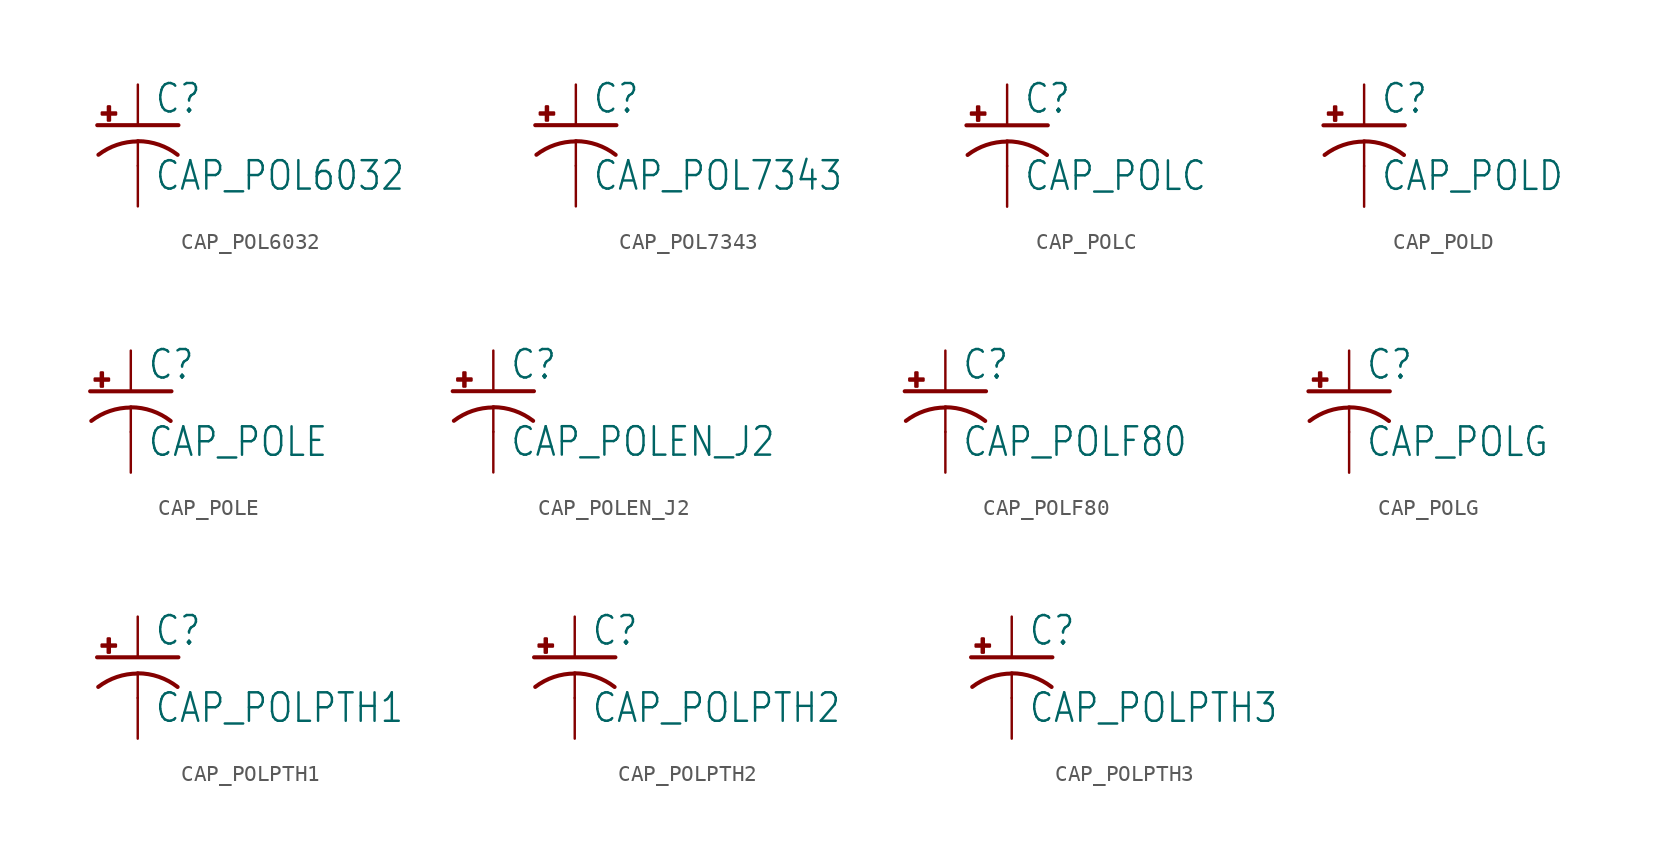
<source format=kicad_sym>
(kicad_symbol_lib
  (version 20211014)
  (generator kicad_symbol_editor)
  (symbol "CAP_POL6032"
    (property "Reference" "C"
      (at 1.016 0.635 0)
      (effects (font (size 1.778 1.511)) (justify left bottom)))
    (property "Value" "CAP_POL6032"
      (at 1.016 -4.191 0)
      (effects (font (size 1.778 1.511)) (justify left bottom)))
    (property "ki_locked" ""
      (at 0 0 0)
      (effects (font (size 1.27 1.27))))
    (symbol "CAP_POL6032_1_0"
      (rectangle (start -2.253 0.668) (end -1.364 0.795) (stroke (width 0) (type default) (color 0 0 0 0)) (fill (type outline)))
      (rectangle (start -1.872 0.287) (end -1.745 1.176) (stroke (width 0) (type default) (color 0 0 0 0)) (fill (type outline)))
      (arc (start 0 -1.0161) (mid -1.3021 -1.2303) (end -2.4669 -1.8504) (stroke (width 0.254) (type default) (color 0 0 0 0)) (fill (type none)))
      (polyline (pts (xy -2.54 0) (xy 2.54 0)) (stroke (width 0.254) (type default) (color 0 0 0 0)) (fill (type none)))
      (polyline (pts (xy 0 -1.016) (xy 0 -2.54)) (stroke (width 0.152) (type default) (color 0 0 0 0)) (fill (type none)))
      (arc (start 2.4892 -1.8542) (mid 1.3158 -1.2195) (end 0 -1) (stroke (width 0.254) (type default) (color 0 0 0 0)) (fill (type none)))
      (pin passive line (at 0 2.54 270) (length 2.54) (name "+" (effects (font (size 0 0)))) (number "P$1" (effects (font (size 0 0)))))
      (pin passive line (at 0 -5.08 90) (length 2.54) (name "-" (effects (font (size 0 0)))) (number "P$2" (effects (font (size 0 0)))))))
  (symbol "CAP_POL7343"
    (property "Reference" "C"
      (at 1.016 0.635 0)
      (effects (font (size 1.778 1.511)) (justify left bottom)))
    (property "Value" "CAP_POL7343"
      (at 1.016 -4.191 0)
      (effects (font (size 1.778 1.511)) (justify left bottom)))
    (property "ki_locked" ""
      (at 0 0 0)
      (effects (font (size 1.27 1.27))))
    (symbol "CAP_POL7343_1_0"
      (rectangle (start -2.253 0.668) (end -1.364 0.795) (stroke (width 0) (type default) (color 0 0 0 0)) (fill (type outline)))
      (rectangle (start -1.872 0.287) (end -1.745 1.176) (stroke (width 0) (type default) (color 0 0 0 0)) (fill (type outline)))
      (arc (start 0 -1.0161) (mid -1.3021 -1.2303) (end -2.4669 -1.8504) (stroke (width 0.254) (type default) (color 0 0 0 0)) (fill (type none)))
      (polyline (pts (xy -2.54 0) (xy 2.54 0)) (stroke (width 0.254) (type default) (color 0 0 0 0)) (fill (type none)))
      (polyline (pts (xy 0 -1.016) (xy 0 -2.54)) (stroke (width 0.152) (type default) (color 0 0 0 0)) (fill (type none)))
      (arc (start 2.4892 -1.8542) (mid 1.3158 -1.2195) (end 0 -1) (stroke (width 0.254) (type default) (color 0 0 0 0)) (fill (type none)))
      (pin passive line (at 0 2.54 270) (length 2.54) (name "+" (effects (font (size 0 0)))) (number "A" (effects (font (size 0 0)))))
      (pin passive line (at 0 -5.08 90) (length 2.54) (name "-" (effects (font (size 0 0)))) (number "C" (effects (font (size 0 0)))))))
  (symbol "CAP_POLC"
    (property "Reference" "C"
      (at 1.016 0.635 0)
      (effects (font (size 1.778 1.511)) (justify left bottom)))
    (property "Value" "CAP_POLC"
      (at 1.016 -4.191 0)
      (effects (font (size 1.778 1.511)) (justify left bottom)))
    (property "ki_locked" ""
      (at 0 0 0)
      (effects (font (size 1.27 1.27))))
    (symbol "CAP_POLC_1_0"
      (rectangle (start -2.253 0.668) (end -1.364 0.795) (stroke (width 0) (type default) (color 0 0 0 0)) (fill (type outline)))
      (rectangle (start -1.872 0.287) (end -1.745 1.176) (stroke (width 0) (type default) (color 0 0 0 0)) (fill (type outline)))
      (arc (start 0 -1.0161) (mid -1.3021 -1.2303) (end -2.4669 -1.8504) (stroke (width 0.254) (type default) (color 0 0 0 0)) (fill (type none)))
      (polyline (pts (xy -2.54 0) (xy 2.54 0)) (stroke (width 0.254) (type default) (color 0 0 0 0)) (fill (type none)))
      (polyline (pts (xy 0 -1.016) (xy 0 -2.54)) (stroke (width 0.152) (type default) (color 0 0 0 0)) (fill (type none)))
      (arc (start 2.4892 -1.8542) (mid 1.3158 -1.2195) (end 0 -1) (stroke (width 0.254) (type default) (color 0 0 0 0)) (fill (type none)))
      (pin passive line (at 0 2.54 270) (length 2.54) (name "+" (effects (font (size 0 0)))) (number "+" (effects (font (size 0 0)))))
      (pin passive line (at 0 -5.08 90) (length 2.54) (name "-" (effects (font (size 0 0)))) (number "-" (effects (font (size 0 0)))))))
  (symbol "CAP_POLD"
    (property "Reference" "C"
      (at 1.016 0.635 0)
      (effects (font (size 1.778 1.511)) (justify left bottom)))
    (property "Value" "CAP_POLD"
      (at 1.016 -4.191 0)
      (effects (font (size 1.778 1.511)) (justify left bottom)))
    (property "ki_locked" ""
      (at 0 0 0)
      (effects (font (size 1.27 1.27))))
    (symbol "CAP_POLD_1_0"
      (rectangle (start -2.253 0.668) (end -1.364 0.795) (stroke (width 0) (type default) (color 0 0 0 0)) (fill (type outline)))
      (rectangle (start -1.872 0.287) (end -1.745 1.176) (stroke (width 0) (type default) (color 0 0 0 0)) (fill (type outline)))
      (arc (start 0 -1.0161) (mid -1.3021 -1.2303) (end -2.4669 -1.8504) (stroke (width 0.254) (type default) (color 0 0 0 0)) (fill (type none)))
      (polyline (pts (xy -2.54 0) (xy 2.54 0)) (stroke (width 0.254) (type default) (color 0 0 0 0)) (fill (type none)))
      (polyline (pts (xy 0 -1.016) (xy 0 -2.54)) (stroke (width 0.152) (type default) (color 0 0 0 0)) (fill (type none)))
      (arc (start 2.4892 -1.8542) (mid 1.3158 -1.2195) (end 0 -1) (stroke (width 0.254) (type default) (color 0 0 0 0)) (fill (type none)))
      (pin passive line (at 0 2.54 270) (length 2.54) (name "+" (effects (font (size 0 0)))) (number "+" (effects (font (size 0 0)))))
      (pin passive line (at 0 -5.08 90) (length 2.54) (name "-" (effects (font (size 0 0)))) (number "-" (effects (font (size 0 0)))))))
  (symbol "CAP_POLE"
    (property "Reference" "C"
      (at 1.016 0.635 0)
      (effects (font (size 1.778 1.511)) (justify left bottom)))
    (property "Value" "CAP_POLE"
      (at 1.016 -4.191 0)
      (effects (font (size 1.778 1.511)) (justify left bottom)))
    (property "ki_locked" ""
      (at 0 0 0)
      (effects (font (size 1.27 1.27))))
    (symbol "CAP_POLE_1_0"
      (rectangle (start -2.253 0.668) (end -1.364 0.795) (stroke (width 0) (type default) (color 0 0 0 0)) (fill (type outline)))
      (rectangle (start -1.872 0.287) (end -1.745 1.176) (stroke (width 0) (type default) (color 0 0 0 0)) (fill (type outline)))
      (arc (start 0 -1.0161) (mid -1.3021 -1.2303) (end -2.4669 -1.8504) (stroke (width 0.254) (type default) (color 0 0 0 0)) (fill (type none)))
      (polyline (pts (xy -2.54 0) (xy 2.54 0)) (stroke (width 0.254) (type default) (color 0 0 0 0)) (fill (type none)))
      (polyline (pts (xy 0 -1.016) (xy 0 -2.54)) (stroke (width 0.152) (type default) (color 0 0 0 0)) (fill (type none)))
      (arc (start 2.4892 -1.8542) (mid 1.3158 -1.2195) (end 0 -1) (stroke (width 0.254) (type default) (color 0 0 0 0)) (fill (type none)))
      (pin passive line (at 0 2.54 270) (length 2.54) (name "+" (effects (font (size 0 0)))) (number "+" (effects (font (size 0 0)))))
      (pin passive line (at 0 -5.08 90) (length 2.54) (name "-" (effects (font (size 0 0)))) (number "-" (effects (font (size 0 0)))))))
  (symbol "CAP_POLEN_J2"
    (property "Reference" "C"
      (at 1.016 0.635 0)
      (effects (font (size 1.778 1.511)) (justify left bottom)))
    (property "Value" "CAP_POLEN_J2"
      (at 1.016 -4.191 0)
      (effects (font (size 1.778 1.511)) (justify left bottom)))
    (property "ki_locked" ""
      (at 0 0 0)
      (effects (font (size 1.27 1.27))))
    (symbol "CAP_POLEN_J2_1_0"
      (rectangle (start -2.253 0.668) (end -1.364 0.795) (stroke (width 0) (type default) (color 0 0 0 0)) (fill (type outline)))
      (rectangle (start -1.872 0.287) (end -1.745 1.176) (stroke (width 0) (type default) (color 0 0 0 0)) (fill (type outline)))
      (arc (start 0 -1.0161) (mid -1.3021 -1.2303) (end -2.4669 -1.8504) (stroke (width 0.254) (type default) (color 0 0 0 0)) (fill (type none)))
      (polyline (pts (xy -2.54 0) (xy 2.54 0)) (stroke (width 0.254) (type default) (color 0 0 0 0)) (fill (type none)))
      (polyline (pts (xy 0 -1.016) (xy 0 -2.54)) (stroke (width 0.152) (type default) (color 0 0 0 0)) (fill (type none)))
      (arc (start 2.4892 -1.8542) (mid 1.3158 -1.2195) (end 0 -1) (stroke (width 0.254) (type default) (color 0 0 0 0)) (fill (type none)))
      (pin passive line (at 0 2.54 270) (length 2.54) (name "+" (effects (font (size 0 0)))) (number "+" (effects (font (size 0 0)))))
      (pin passive line (at 0 -5.08 90) (length 2.54) (name "-" (effects (font (size 0 0)))) (number "-" (effects (font (size 0 0)))))))
  (symbol "CAP_POLF80"
    (property "Reference" "C"
      (at 1.016 0.635 0)
      (effects (font (size 1.778 1.511)) (justify left bottom)))
    (property "Value" "CAP_POLF80"
      (at 1.016 -4.191 0)
      (effects (font (size 1.778 1.511)) (justify left bottom)))
    (property "ki_locked" ""
      (at 0 0 0)
      (effects (font (size 1.27 1.27))))
    (symbol "CAP_POLF80_1_0"
      (rectangle (start -2.253 0.668) (end -1.364 0.795) (stroke (width 0) (type default) (color 0 0 0 0)) (fill (type outline)))
      (rectangle (start -1.872 0.287) (end -1.745 1.176) (stroke (width 0) (type default) (color 0 0 0 0)) (fill (type outline)))
      (arc (start 0 -1.0161) (mid -1.3021 -1.2303) (end -2.4669 -1.8504) (stroke (width 0.254) (type default) (color 0 0 0 0)) (fill (type none)))
      (polyline (pts (xy -2.54 0) (xy 2.54 0)) (stroke (width 0.254) (type default) (color 0 0 0 0)) (fill (type none)))
      (polyline (pts (xy 0 -1.016) (xy 0 -2.54)) (stroke (width 0.152) (type default) (color 0 0 0 0)) (fill (type none)))
      (arc (start 2.4892 -1.8542) (mid 1.3158 -1.2195) (end 0 -1) (stroke (width 0.254) (type default) (color 0 0 0 0)) (fill (type none)))
      (pin passive line (at 0 2.54 270) (length 2.54) (name "+" (effects (font (size 0 0)))) (number "+" (effects (font (size 0 0)))))
      (pin passive line (at 0 -5.08 90) (length 2.54) (name "-" (effects (font (size 0 0)))) (number "-" (effects (font (size 0 0)))))))
  (symbol "CAP_POLG"
    (property "Reference" "C"
      (at 1.016 0.635 0)
      (effects (font (size 1.778 1.511)) (justify left bottom)))
    (property "Value" "CAP_POLG"
      (at 1.016 -4.191 0)
      (effects (font (size 1.778 1.511)) (justify left bottom)))
    (property "ki_locked" ""
      (at 0 0 0)
      (effects (font (size 1.27 1.27))))
    (symbol "CAP_POLG_1_0"
      (rectangle (start -2.253 0.668) (end -1.364 0.795) (stroke (width 0) (type default) (color 0 0 0 0)) (fill (type outline)))
      (rectangle (start -1.872 0.287) (end -1.745 1.176) (stroke (width 0) (type default) (color 0 0 0 0)) (fill (type outline)))
      (arc (start 0 -1.0161) (mid -1.3021 -1.2303) (end -2.4669 -1.8504) (stroke (width 0.254) (type default) (color 0 0 0 0)) (fill (type none)))
      (polyline (pts (xy -2.54 0) (xy 2.54 0)) (stroke (width 0.254) (type default) (color 0 0 0 0)) (fill (type none)))
      (polyline (pts (xy 0 -1.016) (xy 0 -2.54)) (stroke (width 0.152) (type default) (color 0 0 0 0)) (fill (type none)))
      (arc (start 2.4892 -1.8542) (mid 1.3158 -1.2195) (end 0 -1) (stroke (width 0.254) (type default) (color 0 0 0 0)) (fill (type none)))
      (pin passive line (at 0 2.54 270) (length 2.54) (name "+" (effects (font (size 0 0)))) (number "+" (effects (font (size 0 0)))))
      (pin passive line (at 0 -5.08 90) (length 2.54) (name "-" (effects (font (size 0 0)))) (number "-" (effects (font (size 0 0)))))))
  (symbol "CAP_POLPTH1"
    (property "Reference" "C"
      (at 1.016 0.635 0)
      (effects (font (size 1.778 1.511)) (justify left bottom)))
    (property "Value" "CAP_POLPTH1"
      (at 1.016 -4.191 0)
      (effects (font (size 1.778 1.511)) (justify left bottom)))
    (property "ki_locked" ""
      (at 0 0 0)
      (effects (font (size 1.27 1.27))))
    (symbol "CAP_POLPTH1_1_0"
      (rectangle (start -2.253 0.668) (end -1.364 0.795) (stroke (width 0) (type default) (color 0 0 0 0)) (fill (type outline)))
      (rectangle (start -1.872 0.287) (end -1.745 1.176) (stroke (width 0) (type default) (color 0 0 0 0)) (fill (type outline)))
      (arc (start 0 -1.0161) (mid -1.3021 -1.2303) (end -2.4669 -1.8504) (stroke (width 0.254) (type default) (color 0 0 0 0)) (fill (type none)))
      (polyline (pts (xy -2.54 0) (xy 2.54 0)) (stroke (width 0.254) (type default) (color 0 0 0 0)) (fill (type none)))
      (polyline (pts (xy 0 -1.016) (xy 0 -2.54)) (stroke (width 0.152) (type default) (color 0 0 0 0)) (fill (type none)))
      (arc (start 2.4892 -1.8542) (mid 1.3158 -1.2195) (end 0 -1) (stroke (width 0.254) (type default) (color 0 0 0 0)) (fill (type none)))
      (pin passive line (at 0 2.54 270) (length 2.54) (name "+" (effects (font (size 0 0)))) (number "1" (effects (font (size 0 0)))))
      (pin passive line (at 0 -5.08 90) (length 2.54) (name "-" (effects (font (size 0 0)))) (number "2" (effects (font (size 0 0)))))))
  (symbol "CAP_POLPTH2"
    (property "Reference" "C"
      (at 1.016 0.635 0)
      (effects (font (size 1.778 1.511)) (justify left bottom)))
    (property "Value" "CAP_POLPTH2"
      (at 1.016 -4.191 0)
      (effects (font (size 1.778 1.511)) (justify left bottom)))
    (property "ki_locked" ""
      (at 0 0 0)
      (effects (font (size 1.27 1.27))))
    (symbol "CAP_POLPTH2_1_0"
      (rectangle (start -2.253 0.668) (end -1.364 0.795) (stroke (width 0) (type default) (color 0 0 0 0)) (fill (type outline)))
      (rectangle (start -1.872 0.287) (end -1.745 1.176) (stroke (width 0) (type default) (color 0 0 0 0)) (fill (type outline)))
      (arc (start 0 -1.0161) (mid -1.3021 -1.2303) (end -2.4669 -1.8504) (stroke (width 0.254) (type default) (color 0 0 0 0)) (fill (type none)))
      (polyline (pts (xy -2.54 0) (xy 2.54 0)) (stroke (width 0.254) (type default) (color 0 0 0 0)) (fill (type none)))
      (polyline (pts (xy 0 -1.016) (xy 0 -2.54)) (stroke (width 0.152) (type default) (color 0 0 0 0)) (fill (type none)))
      (arc (start 2.4892 -1.8542) (mid 1.3158 -1.2195) (end 0 -1) (stroke (width 0.254) (type default) (color 0 0 0 0)) (fill (type none)))
      (pin passive line (at 0 2.54 270) (length 2.54) (name "+" (effects (font (size 0 0)))) (number "1" (effects (font (size 0 0)))))
      (pin passive line (at 0 -5.08 90) (length 2.54) (name "-" (effects (font (size 0 0)))) (number "2" (effects (font (size 0 0)))))))
  (symbol "CAP_POLPTH3"
    (property "Reference" "C"
      (at 1.016 0.635 0)
      (effects (font (size 1.778 1.511)) (justify left bottom)))
    (property "Value" "CAP_POLPTH3"
      (at 1.016 -4.191 0)
      (effects (font (size 1.778 1.511)) (justify left bottom)))
    (property "ki_locked" ""
      (at 0 0 0)
      (effects (font (size 1.27 1.27))))
    (symbol "CAP_POLPTH3_1_0"
      (rectangle (start -2.253 0.668) (end -1.364 0.795) (stroke (width 0) (type default) (color 0 0 0 0)) (fill (type outline)))
      (rectangle (start -1.872 0.287) (end -1.745 1.176) (stroke (width 0) (type default) (color 0 0 0 0)) (fill (type outline)))
      (arc (start 0 -1.0161) (mid -1.3021 -1.2303) (end -2.4669 -1.8504) (stroke (width 0.254) (type default) (color 0 0 0 0)) (fill (type none)))
      (polyline (pts (xy -2.54 0) (xy 2.54 0)) (stroke (width 0.254) (type default) (color 0 0 0 0)) (fill (type none)))
      (polyline (pts (xy 0 -1.016) (xy 0 -2.54)) (stroke (width 0.152) (type default) (color 0 0 0 0)) (fill (type none)))
      (arc (start 2.4892 -1.8542) (mid 1.3158 -1.2195) (end 0 -1) (stroke (width 0.254) (type default) (color 0 0 0 0)) (fill (type none)))
      (pin passive line (at 0 2.54 270) (length 2.54) (name "+" (effects (font (size 0 0)))) (number "1" (effects (font (size 0 0)))))
      (pin passive line (at 0 -5.08 90) (length 2.54) (name "-" (effects (font (size 0 0)))) (number "2" (effects (font (size 0 0))))))))
</source>
